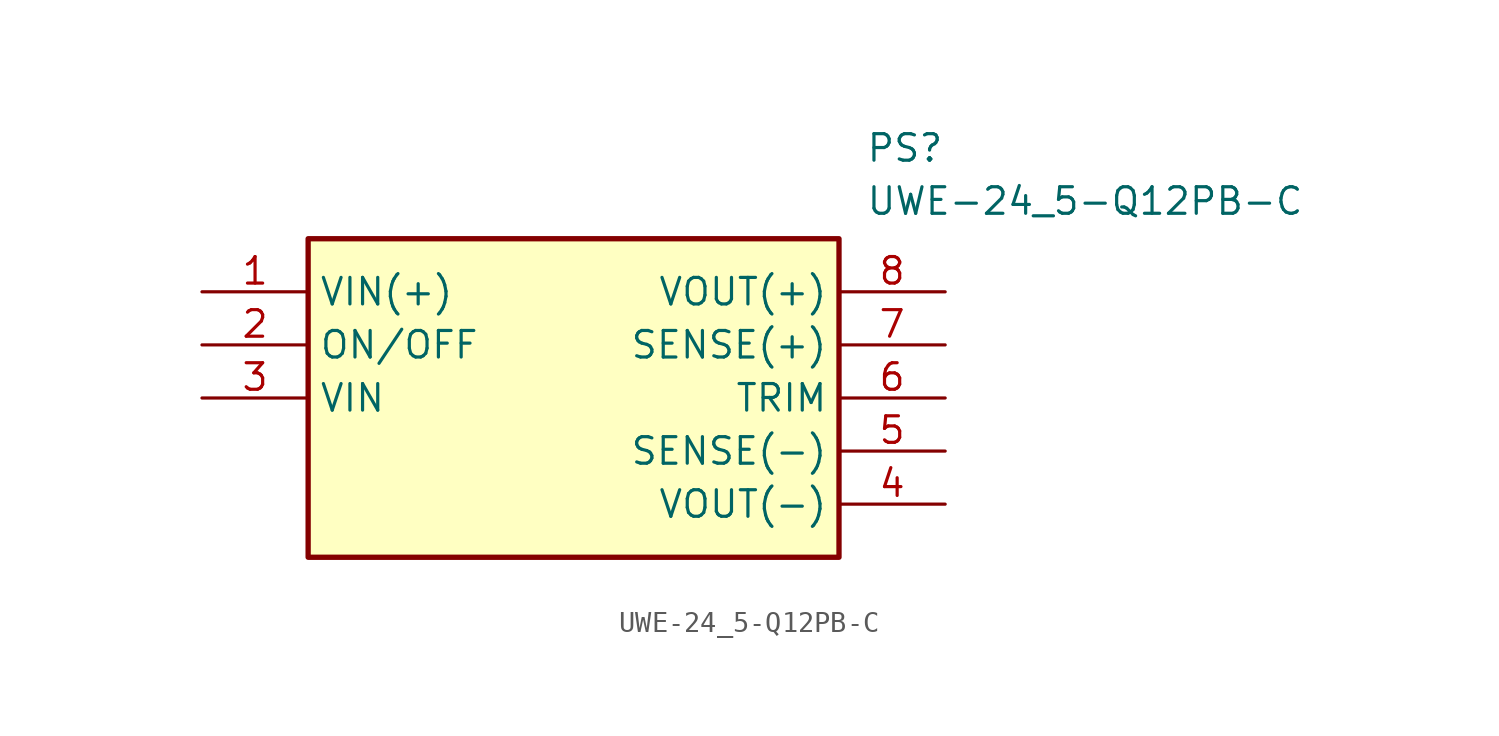
<source format=kicad_sym>
(kicad_symbol_lib
  (version 20211014)
  (generator SamacSys_ECAD_Model)
  (symbol "UWE-24_5-Q12PB-C"
    (property "Reference" "PS"
      (at 31.75 7.62 0)
      (effects (font (size 1.27 1.27)) (justify left top)))
    (property "Value" "UWE-24_5-Q12PB-C"
      (at 31.75 5.08 0)
      (effects (font (size 1.27 1.27)) (justify left top)))
    (rectangle
      (start 5.08 2.54)
      (end 30.48 -12.7)
      (stroke (width 0.254) (type default))
      (fill (type background)))
    (pin passive line
      (at 0 0 0)
      (length 5.08)
      (name "VIN(+)" (effects (font (size 1.27 1.27))))
      (number "1" (effects (font (size 1.27 1.27)))))
    (pin passive line
      (at 0 -2.54 0)
      (length 5.08)
      (name "ON/OFF" (effects (font (size 1.27 1.27))))
      (number "2" (effects (font (size 1.27 1.27)))))
    (pin passive line
      (at 0 -5.08 0)
      (length 5.08)
      (name "VIN" (effects (font (size 1.27 1.27))))
      (number "3" (effects (font (size 1.27 1.27)))))
    (pin passive line
      (at 35.56 -10.16 180)
      (length 5.08)
      (name "VOUT(-)" (effects (font (size 1.27 1.27))))
      (number "4" (effects (font (size 1.27 1.27)))))
    (pin passive line
      (at 35.56 -7.62 180)
      (length 5.08)
      (name "SENSE(-)" (effects (font (size 1.27 1.27))))
      (number "5" (effects (font (size 1.27 1.27)))))
    (pin passive line
      (at 35.56 -5.08 180)
      (length 5.08)
      (name "TRIM" (effects (font (size 1.27 1.27))))
      (number "6" (effects (font (size 1.27 1.27)))))
    (pin passive line
      (at 35.56 -2.54 180)
      (length 5.08)
      (name "SENSE(+)" (effects (font (size 1.27 1.27))))
      (number "7" (effects (font (size 1.27 1.27)))))
    (pin passive line
      (at 35.56 0 180)
      (length 5.08)
      (name "VOUT(+)" (effects (font (size 1.27 1.27))))
      (number "8" (effects (font (size 1.27 1.27)))))))
</source>
